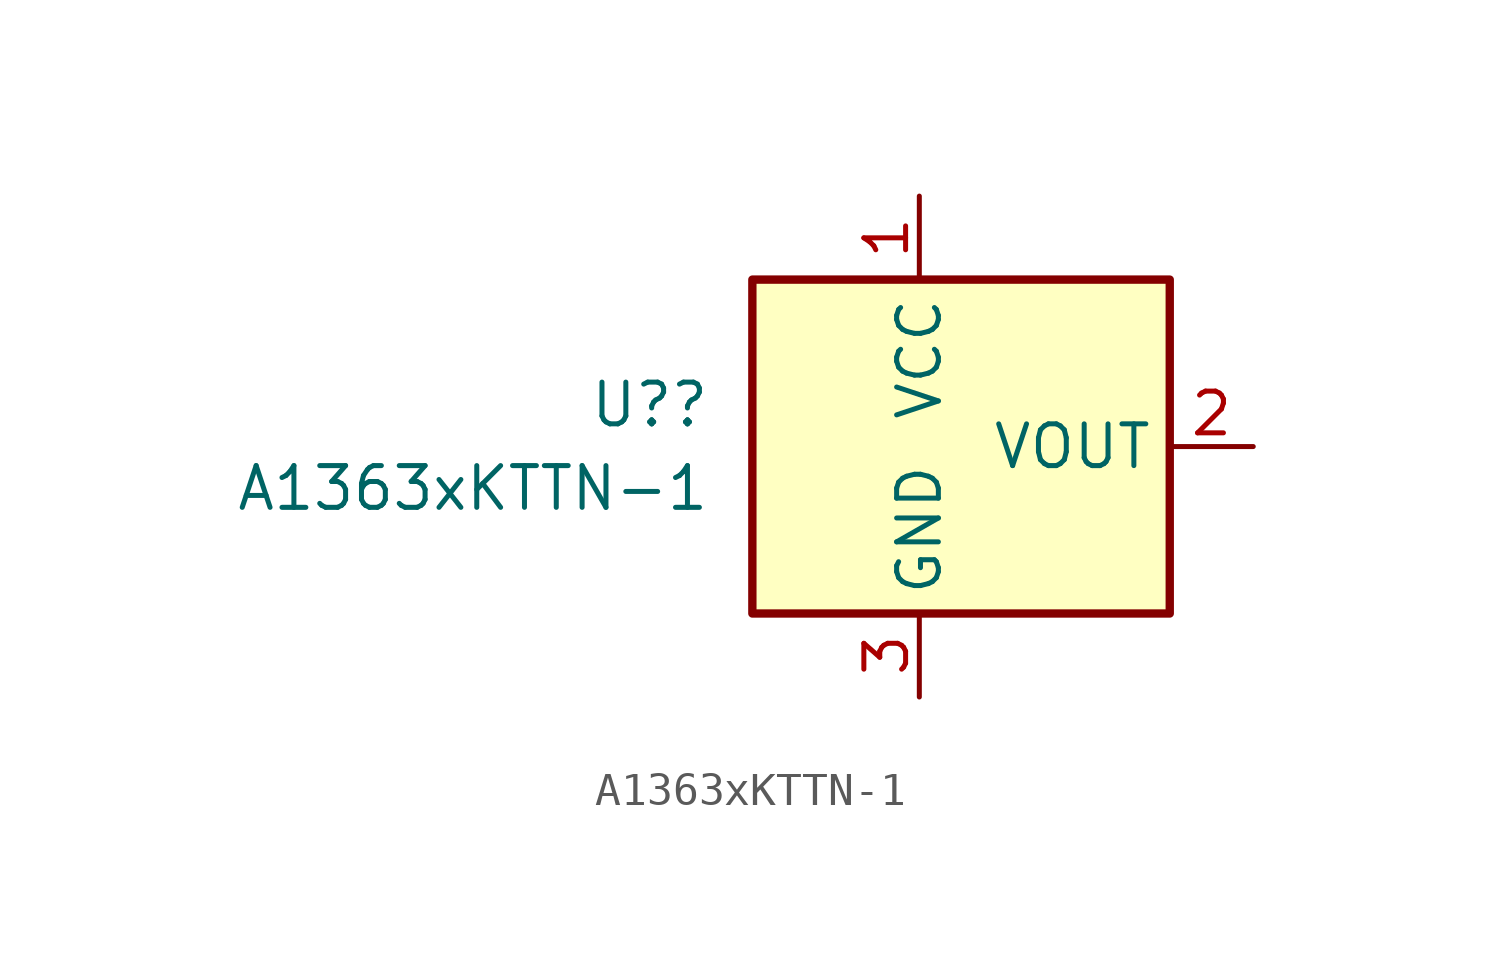
<source format=kicad_sym>
(kicad_symbol_lib
  (version 20211014)
  (generator kicad_symbol_editor)
  (symbol "A1363xKTTN-1"
    (property "Reference" "U?"
      (at -6.35 1.27 0)
      (effects (font (size 1.27 1.27)) (justify right)))
    (property "Value" "A1363xKTTN-1"
      (at -6.35 -1.27 0)
      (effects (font (size 1.27 1.27)) (justify right)))
    (symbol "A1363xKTTN-1_0_1"
      (rectangle (start -5.08 5.08) (end 7.62 -5.08) (stroke (width 0.254) (type default) (color 0 0 0 0)) (fill (type background))))
    (symbol "A1363xKTTN-1_1_1"
      (pin power_in line (at 0 7.62 270) (length 2.54) (name "VCC" (effects (font (size 1.27 1.27)))) (number "1" (effects (font (size 1.27 1.27)))))
      (pin output line (at 10.16 0 180) (length 2.54) (name "VOUT" (effects (font (size 1.27 1.27)))) (number "2" (effects (font (size 1.27 1.27)))))
      (pin power_in line (at 0 -7.62 90) (length 2.54) (name "GND" (effects (font (size 1.27 1.27)))) (number "3" (effects (font (size 1.27 1.27)))))
      (pin no_connect line (at 7.62 -2.54 180) (length 2.54) hide (name "NC" (effects (font (size 1.27 1.27)))) (number "3" (effects (font (size 1.27 1.27))))))))
</source>
